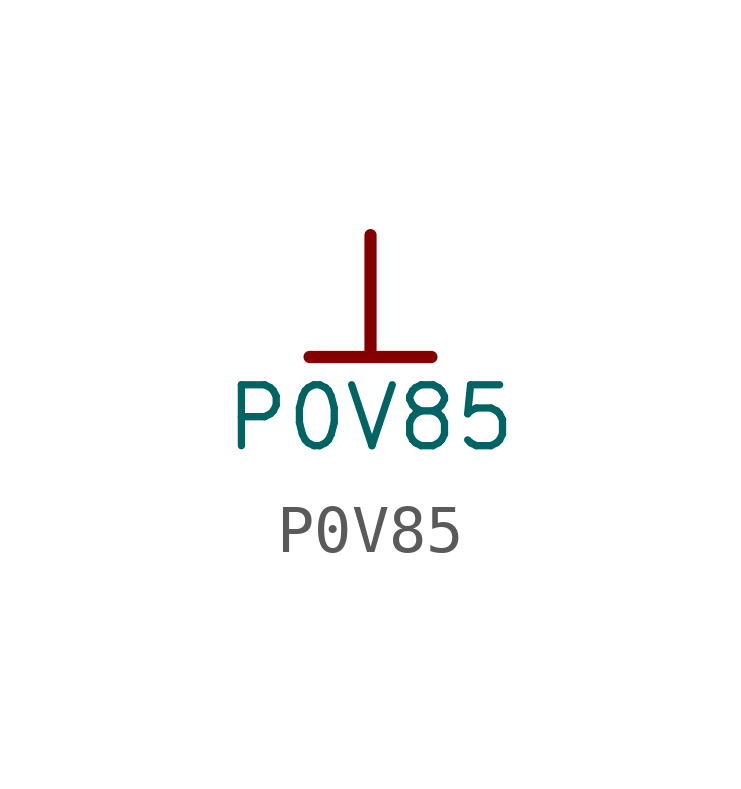
<source format=kicad_sym>
(kicad_symbol_lib
  (version 20231120)
  (generator "kicad_symbol_editor")
  (generator_version "8.0")
  (symbol "P0V85"
    (power)
    (property "Reference" "#PWR0199"
      (at 0 0 0)
      (effects (font (size 1.27 1.27)) (hide yes)))
    (property "Value" "P0V85"
      (at 0 -3.81 0)
      (effects (font (size 1.27 1.27))))
    (symbol "P0V85_0_0"
      (polyline (pts (xy -1.27 -2.54) (xy 1.27 -2.54)) (stroke (width 0.254) (type solid)) (fill (type none)))
      (polyline (pts (xy 0 0) (xy 0 -2.54)) (stroke (width 0.254) (type solid)) (fill (type none)))
      (pin power_in line (at 0 0 0) (length 0) hide (name "P0V85" (effects (font (size 1.27 1.27)))) (number "" (effects (font (size 1.27 1.27))))))))
</source>
